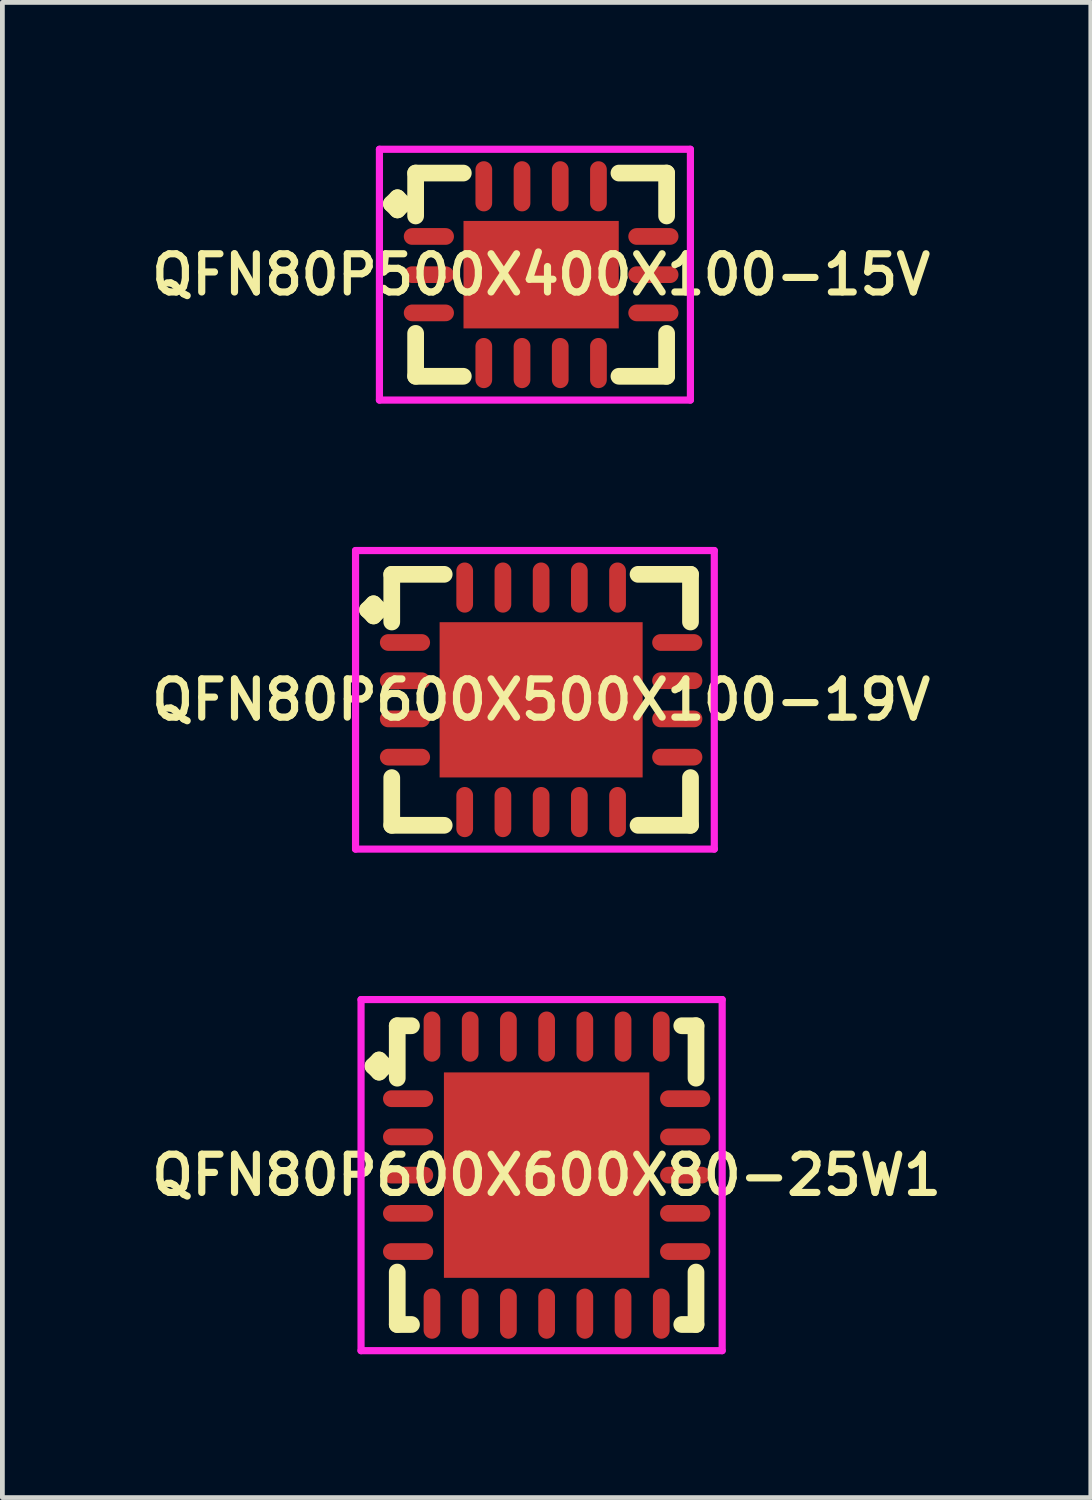
<source format=kicad_pcb>
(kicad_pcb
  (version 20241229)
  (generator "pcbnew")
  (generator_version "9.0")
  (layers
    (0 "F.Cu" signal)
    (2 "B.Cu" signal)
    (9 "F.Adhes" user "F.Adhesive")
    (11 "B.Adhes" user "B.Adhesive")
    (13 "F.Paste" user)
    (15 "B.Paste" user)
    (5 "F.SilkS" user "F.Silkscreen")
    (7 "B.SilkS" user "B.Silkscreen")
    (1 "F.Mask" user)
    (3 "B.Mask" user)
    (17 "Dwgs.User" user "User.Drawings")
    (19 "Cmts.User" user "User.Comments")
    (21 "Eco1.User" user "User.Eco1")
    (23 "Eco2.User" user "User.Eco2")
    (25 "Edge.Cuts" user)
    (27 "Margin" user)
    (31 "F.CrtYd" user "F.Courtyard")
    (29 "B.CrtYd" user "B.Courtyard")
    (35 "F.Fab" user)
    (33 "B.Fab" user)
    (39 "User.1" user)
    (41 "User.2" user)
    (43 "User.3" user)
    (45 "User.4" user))
  (footprint "QFN80P600X500X100-19V"
    (layer "F.Cu")
    (at 8.278 11.6)
    (property "Reference" "QFN80P600X500X100-19V" (at 0 0 0) (layer "F.SilkS") (effects (font (size 0.8 0.8) (thickness 0.15))))
    (attr smd)
    (fp_line (start -3.635 -1.883) (end -3.508 -2.01) (stroke (width 0.35) (type solid)) (layer "F.SilkS"))
    (fp_line (start -3.508 -2.01) (end -3.381 -1.883) (stroke (width 0.35) (type solid)) (layer "F.SilkS"))
    (fp_line (start -3.508 -1.756) (end -3.635 -1.883) (stroke (width 0.35) (type solid)) (layer "F.SilkS"))
    (fp_line (start -3.381 -1.883) (end -3.508 -1.756) (stroke (width 0.35) (type solid)) (layer "F.SilkS"))
    (fp_line (start -3.127 -2.627) (end -2.029 -2.627) (stroke (width 0.35) (type solid)) (layer "F.SilkS"))
    (fp_line (start -3.127 -1.629) (end -3.127 -2.627) (stroke (width 0.35) (type solid)) (layer "F.SilkS"))
    (fp_line (start -3.127 1.629) (end -3.127 2.627) (stroke (width 0.35) (type solid)) (layer "F.SilkS"))
    (fp_line (start -3.127 2.627) (end -2.029 2.627) (stroke (width 0.35) (type solid)) (layer "F.SilkS"))
    (fp_line (start 2.029 -2.627) (end 3.127 -2.627) (stroke (width 0.35) (type solid)) (layer "F.SilkS"))
    (fp_line (start 2.029 2.627) (end 3.127 2.627) (stroke (width 0.35) (type solid)) (layer "F.SilkS"))
    (fp_line (start 3.127 -2.627) (end 3.127 -1.629) (stroke (width 0.35) (type solid)) (layer "F.SilkS"))
    (fp_line (start 3.127 2.627) (end 3.127 1.629) (stroke (width 0.35) (type solid)) (layer "F.SilkS"))
    (fp_line (start -3.885 -3.125) (end 3.625 -3.125) (stroke (width 0.15) (type solid)) (layer "F.CrtYd"))
    (fp_line (start -3.885 3.125) (end -3.885 -3.125) (stroke (width 0.15) (type solid)) (layer "F.CrtYd"))
    (fp_line (start 3.625 -3.125) (end 3.625 3.125) (stroke (width 0.15) (type solid)) (layer "F.CrtYd"))
    (fp_line (start 3.625 3.125) (end -3.885 3.125) (stroke (width 0.15) (type solid)) (layer "F.CrtYd"))
    (pad "1" smd oval (at -2.85 -1.2) (size 1.05 0.35) (layers "F.Cu" "F.Mask" "F.Paste"))
    (pad "2" smd oval (at -2.85 -0.4) (size 1.05 0.35) (layers "F.Cu" "F.Mask" "F.Paste"))
    (pad "3" smd oval (at -2.85 0.4) (size 1.05 0.35) (layers "F.Cu" "F.Mask" "F.Paste"))
    (pad "4" smd oval (at -2.85 1.2) (size 1.05 0.35) (layers "F.Cu" "F.Mask" "F.Paste"))
    (pad "5" smd oval (at -1.6 2.35) (size 0.35 1.05) (layers "F.Cu" "F.Mask" "F.Paste"))
    (pad "6" smd oval (at -0.8 2.35) (size 0.35 1.05) (layers "F.Cu" "F.Mask" "F.Paste"))
    (pad "7" smd oval (at 0 2.35) (size 0.35 1.05) (layers "F.Cu" "F.Mask" "F.Paste"))
    (pad "8" smd oval (at 0.8 2.35) (size 0.35 1.05) (layers "F.Cu" "F.Mask" "F.Paste"))
    (pad "9" smd oval (at 1.6 2.35) (size 0.35 1.05) (layers "F.Cu" "F.Mask" "F.Paste"))
    (pad "10" smd oval (at 2.85 1.2) (size 1.05 0.35) (layers "F.Cu" "F.Mask" "F.Paste"))
    (pad "11" smd oval (at 2.85 0.4) (size 1.05 0.35) (layers "F.Cu" "F.Mask" "F.Paste"))
    (pad "12" smd oval (at 2.85 -0.4) (size 1.05 0.35) (layers "F.Cu" "F.Mask" "F.Paste"))
    (pad "13" smd oval (at 2.85 -1.2) (size 1.05 0.35) (layers "F.Cu" "F.Mask" "F.Paste"))
    (pad "14" smd oval (at 1.6 -2.35) (size 0.35 1.05) (layers "F.Cu" "F.Mask" "F.Paste"))
    (pad "15" smd oval (at 0.8 -2.35) (size 0.35 1.05) (layers "F.Cu" "F.Mask" "F.Paste"))
    (pad "16" smd oval (at 0 -2.35) (size 0.35 1.05) (layers "F.Cu" "F.Mask" "F.Paste"))
    (pad "17" smd oval (at -0.8 -2.35) (size 0.35 1.05) (layers "F.Cu" "F.Mask" "F.Paste"))
    (pad "18" smd oval (at -1.6 -2.35) (size 0.35 1.05) (layers "F.Cu" "F.Mask" "F.Paste"))
    (pad "19" smd rect (at 0 0) (size 4.25 3.25) (layers "F.Cu" "F.Mask" "F.Paste")))
  (footprint "QFN80P600X600X80-25W1"
    (layer "F.Cu")
    (at 8.393 21.55)
    (property "Reference" "QFN80P600X600X80-25W1" (at 0 0 0) (layer "F.SilkS") (effects (font (size 0.8 0.8) (thickness 0.15))))
    (attr smd)
    (fp_line (start -3.635 -2.283) (end -3.508 -2.41) (stroke (width 0.35) (type solid)) (layer "F.SilkS"))
    (fp_line (start -3.508 -2.41) (end -3.381 -2.283) (stroke (width 0.35) (type solid)) (layer "F.SilkS"))
    (fp_line (start -3.508 -2.156) (end -3.635 -2.283) (stroke (width 0.35) (type solid)) (layer "F.SilkS"))
    (fp_line (start -3.381 -2.283) (end -3.508 -2.156) (stroke (width 0.35) (type solid)) (layer "F.SilkS"))
    (fp_line (start -3.127 -3.127) (end -2.829 -3.127) (stroke (width 0.35) (type solid)) (layer "F.SilkS"))
    (fp_line (start -3.127 -2.029) (end -3.127 -3.127) (stroke (width 0.35) (type solid)) (layer "F.SilkS"))
    (fp_line (start -3.127 2.029) (end -3.127 3.127) (stroke (width 0.35) (type solid)) (layer "F.SilkS"))
    (fp_line (start -3.127 3.127) (end -2.829 3.127) (stroke (width 0.35) (type solid)) (layer "F.SilkS"))
    (fp_line (start 2.829 -3.127) (end 3.127 -3.127) (stroke (width 0.35) (type solid)) (layer "F.SilkS"))
    (fp_line (start 2.829 3.127) (end 3.127 3.127) (stroke (width 0.35) (type solid)) (layer "F.SilkS"))
    (fp_line (start 3.127 -3.127) (end 3.127 -2.029) (stroke (width 0.35) (type solid)) (layer "F.SilkS"))
    (fp_line (start 3.127 3.127) (end 3.127 2.029) (stroke (width 0.35) (type solid)) (layer "F.SilkS"))
    (fp_line (start -3.885 -3.675) (end 3.675 -3.675) (stroke (width 0.15) (type solid)) (layer "F.CrtYd"))
    (fp_line (start -3.885 3.675) (end -3.885 -3.675) (stroke (width 0.15) (type solid)) (layer "F.CrtYd"))
    (fp_line (start 3.675 -3.675) (end 3.675 3.675) (stroke (width 0.15) (type solid)) (layer "F.CrtYd"))
    (fp_line (start 3.675 3.675) (end -3.885 3.675) (stroke (width 0.15) (type solid)) (layer "F.CrtYd"))
    (pad "1" smd oval (at -2.9 -1.6) (size 1.05 0.35) (layers "F.Cu" "F.Mask" "F.Paste"))
    (pad "2" smd oval (at -2.9 -0.8) (size 1.05 0.35) (layers "F.Cu" "F.Mask" "F.Paste"))
    (pad "3" smd oval (at -2.9 0) (size 1.05 0.35) (layers "F.Cu" "F.Mask" "F.Paste"))
    (pad "4" smd oval (at -2.9 0.8) (size 1.05 0.35) (layers "F.Cu" "F.Mask" "F.Paste"))
    (pad "5" smd oval (at -2.9 1.6) (size 1.05 0.35) (layers "F.Cu" "F.Mask" "F.Paste"))
    (pad "6" smd oval (at -2.4 2.9) (size 0.35 1.05) (layers "F.Cu" "F.Mask" "F.Paste"))
    (pad "7" smd oval (at -1.6 2.9) (size 0.35 1.05) (layers "F.Cu" "F.Mask" "F.Paste"))
    (pad "8" smd oval (at -0.8 2.9) (size 0.35 1.05) (layers "F.Cu" "F.Mask" "F.Paste"))
    (pad "9" smd oval (at 0 2.9) (size 0.35 1.05) (layers "F.Cu" "F.Mask" "F.Paste"))
    (pad "10" smd oval (at 0.8 2.9) (size 0.35 1.05) (layers "F.Cu" "F.Mask" "F.Paste"))
    (pad "11" smd oval (at 1.6 2.9) (size 0.35 1.05) (layers "F.Cu" "F.Mask" "F.Paste"))
    (pad "12" smd oval (at 2.4 2.9) (size 0.35 1.05) (layers "F.Cu" "F.Mask" "F.Paste"))
    (pad "13" smd oval (at 2.9 1.6) (size 1.05 0.35) (layers "F.Cu" "F.Mask" "F.Paste"))
    (pad "14" smd oval (at 2.9 0.8) (size 1.05 0.35) (layers "F.Cu" "F.Mask" "F.Paste"))
    (pad "15" smd oval (at 2.9 0) (size 1.05 0.35) (layers "F.Cu" "F.Mask" "F.Paste"))
    (pad "16" smd oval (at 2.9 -0.8) (size 1.05 0.35) (layers "F.Cu" "F.Mask" "F.Paste"))
    (pad "17" smd oval (at 2.9 -1.6) (size 1.05 0.35) (layers "F.Cu" "F.Mask" "F.Paste"))
    (pad "18" smd oval (at 2.4 -2.9) (size 0.35 1.05) (layers "F.Cu" "F.Mask" "F.Paste"))
    (pad "19" smd oval (at 1.6 -2.9) (size 0.35 1.05) (layers "F.Cu" "F.Mask" "F.Paste"))
    (pad "20" smd oval (at 0.8 -2.9) (size 0.35 1.05) (layers "F.Cu" "F.Mask" "F.Paste"))
    (pad "21" smd oval (at 0 -2.9) (size 0.35 1.05) (layers "F.Cu" "F.Mask" "F.Paste"))
    (pad "22" smd oval (at -0.8 -2.9) (size 0.35 1.05) (layers "F.Cu" "F.Mask" "F.Paste"))
    (pad "23" smd oval (at -1.6 -2.9) (size 0.35 1.05) (layers "F.Cu" "F.Mask" "F.Paste"))
    (pad "24" smd oval (at -2.4 -2.9) (size 0.35 1.05) (layers "F.Cu" "F.Mask" "F.Paste"))
    (pad "25" smd rect (at 0 0) (size 4.3 4.3) (layers "F.Cu" "F.Mask" "F.Paste")))
  (footprint "QFN80P500X400X100-15V"
    (layer "F.Cu")
    (at 8.278 2.7)
    (property "Reference" "QFN80P500X400X100-15V" (at 0 0 0) (layer "F.SilkS") (effects (font (size 0.8 0.8) (thickness 0.15))))
    (attr smd)
    (fp_line (start -3.135 -1.483) (end -3.008 -1.61) (stroke (width 0.35) (type solid)) (layer "F.SilkS"))
    (fp_line (start -3.008 -1.61) (end -2.881 -1.483) (stroke (width 0.35) (type solid)) (layer "F.SilkS"))
    (fp_line (start -3.008 -1.356) (end -3.135 -1.483) (stroke (width 0.35) (type solid)) (layer "F.SilkS"))
    (fp_line (start -2.881 -1.483) (end -3.008 -1.356) (stroke (width 0.35) (type solid)) (layer "F.SilkS"))
    (fp_line (start -2.627 -2.127) (end -1.629 -2.127) (stroke (width 0.35) (type solid)) (layer "F.SilkS"))
    (fp_line (start -2.627 -1.229) (end -2.627 -2.127) (stroke (width 0.35) (type solid)) (layer "F.SilkS"))
    (fp_line (start -2.627 1.229) (end -2.627 2.127) (stroke (width 0.35) (type solid)) (layer "F.SilkS"))
    (fp_line (start -2.627 2.127) (end -1.629 2.127) (stroke (width 0.35) (type solid)) (layer "F.SilkS"))
    (fp_line (start 1.629 -2.127) (end 2.627 -2.127) (stroke (width 0.35) (type solid)) (layer "F.SilkS"))
    (fp_line (start 1.629 2.127) (end 2.627 2.127) (stroke (width 0.35) (type solid)) (layer "F.SilkS"))
    (fp_line (start 2.627 -2.127) (end 2.627 -1.229) (stroke (width 0.35) (type solid)) (layer "F.SilkS"))
    (fp_line (start 2.627 2.127) (end 2.627 1.229) (stroke (width 0.35) (type solid)) (layer "F.SilkS"))
    (fp_line (start -3.385 -2.625) (end 3.125 -2.625) (stroke (width 0.15) (type solid)) (layer "F.CrtYd"))
    (fp_line (start -3.385 2.625) (end -3.385 -2.625) (stroke (width 0.15) (type solid)) (layer "F.CrtYd"))
    (fp_line (start 3.125 -2.625) (end 3.125 2.625) (stroke (width 0.15) (type solid)) (layer "F.CrtYd"))
    (fp_line (start 3.125 2.625) (end -3.385 2.625) (stroke (width 0.15) (type solid)) (layer "F.CrtYd"))
    (pad "1" smd oval (at -2.35 -0.8) (size 1.05 0.35) (layers "F.Cu" "F.Mask" "F.Paste"))
    (pad "2" smd oval (at -2.35 0) (size 1.05 0.35) (layers "F.Cu" "F.Mask" "F.Paste"))
    (pad "3" smd oval (at -2.35 0.8) (size 1.05 0.35) (layers "F.Cu" "F.Mask" "F.Paste"))
    (pad "4" smd oval (at -1.2 1.85) (size 0.35 1.05) (layers "F.Cu" "F.Mask" "F.Paste"))
    (pad "5" smd oval (at -0.4 1.85) (size 0.35 1.05) (layers "F.Cu" "F.Mask" "F.Paste"))
    (pad "6" smd oval (at 0.4 1.85) (size 0.35 1.05) (layers "F.Cu" "F.Mask" "F.Paste"))
    (pad "7" smd oval (at 1.2 1.85) (size 0.35 1.05) (layers "F.Cu" "F.Mask" "F.Paste"))
    (pad "8" smd oval (at 2.35 0.8) (size 1.05 0.35) (layers "F.Cu" "F.Mask" "F.Paste"))
    (pad "9" smd oval (at 2.35 0) (size 1.05 0.35) (layers "F.Cu" "F.Mask" "F.Paste"))
    (pad "10" smd oval (at 2.35 -0.8) (size 1.05 0.35) (layers "F.Cu" "F.Mask" "F.Paste"))
    (pad "11" smd oval (at 1.2 -1.85) (size 0.35 1.05) (layers "F.Cu" "F.Mask" "F.Paste"))
    (pad "12" smd oval (at 0.4 -1.85) (size 0.35 1.05) (layers "F.Cu" "F.Mask" "F.Paste"))
    (pad "13" smd oval (at -0.4 -1.85) (size 0.35 1.05) (layers "F.Cu" "F.Mask" "F.Paste"))
    (pad "14" smd oval (at -1.2 -1.85) (size 0.35 1.05) (layers "F.Cu" "F.Mask" "F.Paste"))
    (pad "15" smd rect (at 0 0) (size 3.25 2.25) (layers "F.Cu" "F.Mask" "F.Paste")))
  (gr_rect
    (start -3 -3)
    (end 19.785 28.3)
    (stroke (width 0.1) (type default))
    (fill no)
    (layer "Edge.Cuts")))
</source>
